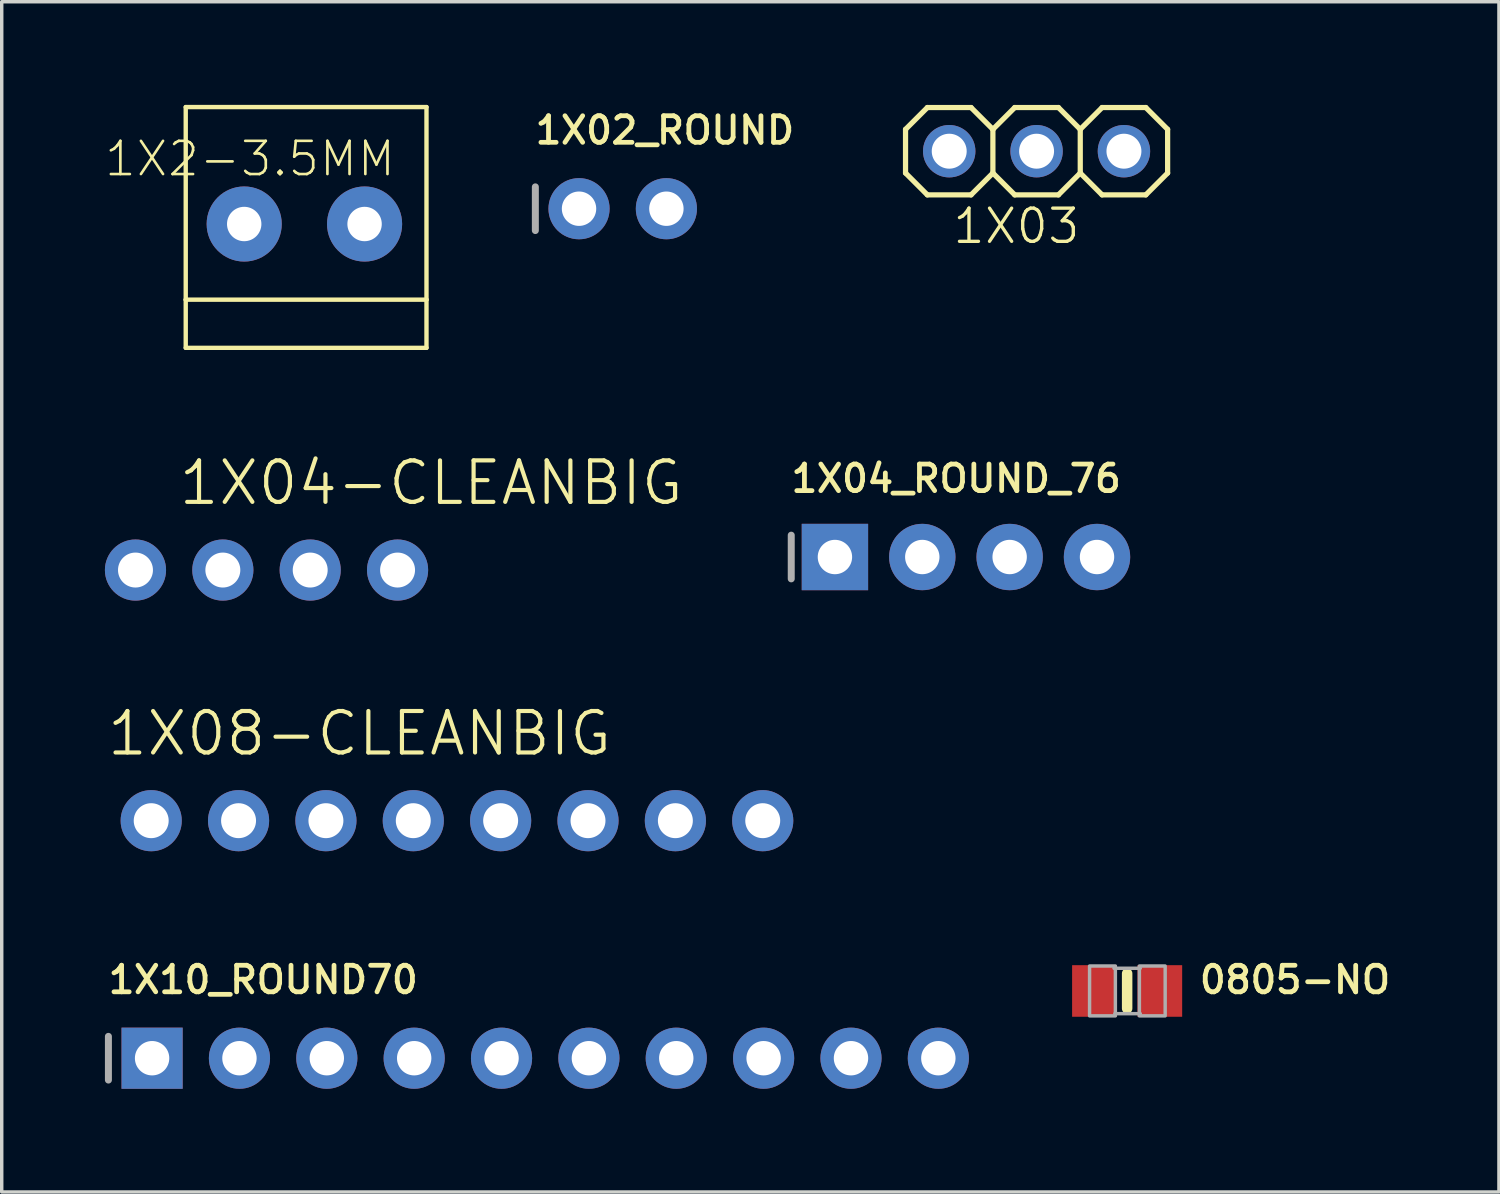
<source format=kicad_pcb>
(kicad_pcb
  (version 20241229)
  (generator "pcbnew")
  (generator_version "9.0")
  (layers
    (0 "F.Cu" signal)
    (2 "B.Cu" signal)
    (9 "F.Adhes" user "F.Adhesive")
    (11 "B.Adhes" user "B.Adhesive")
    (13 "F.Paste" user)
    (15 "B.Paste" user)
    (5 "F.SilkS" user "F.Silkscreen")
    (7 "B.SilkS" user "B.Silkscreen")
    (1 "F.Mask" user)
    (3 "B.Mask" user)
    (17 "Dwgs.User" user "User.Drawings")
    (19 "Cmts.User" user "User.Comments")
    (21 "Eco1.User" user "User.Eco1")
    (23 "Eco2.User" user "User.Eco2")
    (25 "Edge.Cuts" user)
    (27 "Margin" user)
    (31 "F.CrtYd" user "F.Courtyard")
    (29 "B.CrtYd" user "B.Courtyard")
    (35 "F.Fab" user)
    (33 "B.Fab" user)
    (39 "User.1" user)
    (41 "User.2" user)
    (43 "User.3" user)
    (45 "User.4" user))
  (footprint "1X08-CLEANBIG"
    (layer "F.Cu")
    (at 10.236 20.811)
    (property "Reference" "1X08-CLEANBIG" (at -10.236 -1.829 180) (layer "F.SilkS") (effects (font (size 1.206 1.206) (thickness 0.121)) (justify left bottom)))
    (attr through_hole)
    (fp_poly (pts (xy -9.144 0.254) (xy -8.636 0.254) (xy -8.636 -0.254) (xy -9.144 -0.254)) (stroke (width 0.1) (type solid)) (fill no) (layer "F.Fab"))
    (fp_poly (pts (xy -6.604 0.254) (xy -6.096 0.254) (xy -6.096 -0.254) (xy -6.604 -0.254)) (stroke (width 0.1) (type solid)) (fill no) (layer "F.Fab"))
    (fp_poly (pts (xy -4.064 0.254) (xy -3.556 0.254) (xy -3.556 -0.254) (xy -4.064 -0.254)) (stroke (width 0.1) (type solid)) (fill no) (layer "F.Fab"))
    (fp_poly (pts (xy -1.524 0.254) (xy -1.016 0.254) (xy -1.016 -0.254) (xy -1.524 -0.254)) (stroke (width 0.1) (type solid)) (fill no) (layer "F.Fab"))
    (fp_poly (pts (xy 1.016 0.254) (xy 1.524 0.254) (xy 1.524 -0.254) (xy 1.016 -0.254)) (stroke (width 0.1) (type solid)) (fill no) (layer "F.Fab"))
    (fp_poly (pts (xy 3.556 0.254) (xy 4.064 0.254) (xy 4.064 -0.254) (xy 3.556 -0.254)) (stroke (width 0.1) (type solid)) (fill no) (layer "F.Fab"))
    (fp_poly (pts (xy 6.096 0.254) (xy 6.604 0.254) (xy 6.604 -0.254) (xy 6.096 -0.254)) (stroke (width 0.1) (type solid)) (fill no) (layer "F.Fab"))
    (fp_poly (pts (xy 8.636 0.254) (xy 9.144 0.254) (xy 9.144 -0.254) (xy 8.636 -0.254)) (stroke (width 0.1) (type solid)) (fill no) (layer "F.Fab"))
    (pad "1" thru_hole circle (at -8.89 0 90) (size 1.778 1.778) (drill 1.016) (layers "*.Cu" "*.Mask"))
    (pad "2" thru_hole circle (at -6.35 0 90) (size 1.778 1.778) (drill 1.016) (layers "*.Cu" "*.Mask"))
    (pad "3" thru_hole circle (at -3.81 0 90) (size 1.778 1.778) (drill 1.016) (layers "*.Cu" "*.Mask"))
    (pad "4" thru_hole circle (at -1.27 0 90) (size 1.778 1.778) (drill 1.016) (layers "*.Cu" "*.Mask"))
    (pad "5" thru_hole circle (at 1.27 0 90) (size 1.778 1.778) (drill 1.016) (layers "*.Cu" "*.Mask"))
    (pad "6" thru_hole circle (at 3.81 0 90) (size 1.778 1.778) (drill 1.016) (layers "*.Cu" "*.Mask"))
    (pad "7" thru_hole circle (at 6.35 0 90) (size 1.778 1.778) (drill 1.016) (layers "*.Cu" "*.Mask"))
    (pad "8" thru_hole circle (at 8.89 0 90) (size 1.778 1.778) (drill 1.016) (layers "*.Cu" "*.Mask")))
  (footprint "0805-NO"
    (layer "F.Cu")
    (at 29.721 25.762)
    (property "Reference" "0805-NO" (at 2.032 0.127 180) (layer "F.SilkS") (effects (font (size 0.772 0.772) (thickness 0.139)) (justify left bottom)))
    (attr through_hole)
    (fp_line (start 0 -0.508) (end 0 0.508) (stroke (width 0.305) (type solid)) (layer "F.SilkS"))
    (fp_line (start -0.381 -0.66) (end 0.381 -0.66) (stroke (width 0.102) (type solid)) (layer "F.Fab"))
    (fp_line (start -0.356 0.66) (end 0.381 0.66) (stroke (width 0.102) (type solid)) (layer "F.Fab"))
    (fp_poly (pts (xy -1.092 0.724) (xy -0.342 0.724) (xy -0.342 -0.726) (xy -1.092 -0.726)) (stroke (width 0.1) (type solid)) (fill no) (layer "F.Fab"))
    (fp_poly (pts (xy 0.356 0.724) (xy 1.106 0.724) (xy 1.106 -0.726) (xy 0.356 -0.726)) (stroke (width 0.1) (type solid)) (fill no) (layer "F.Fab"))
    (pad "1" smd rect (at -0.95 0) (size 1.3 1.5) (layers "F.Cu" "F.Mask" "F.Paste"))
    (pad "2" smd rect (at 0.95 0) (size 1.3 1.5) (layers "F.Cu" "F.Mask" "F.Paste")))
  (footprint "1X04_ROUND_76"
    (layer "F.Cu")
    (at 25.035 13.145)
    (property "Reference" "1X04_ROUND_76" (at -5.156 -1.829 0) (layer "F.SilkS") (effects (font (size 0.772 0.772) (thickness 0.139)) (justify left bottom)))
    (attr through_hole)
    (fp_line (start -5.08 -0.635) (end -5.08 0.635) (stroke (width 0.203) (type solid)) (layer "F.Fab"))
    (fp_poly (pts (xy -4.064 0.254) (xy -3.556 0.254) (xy -3.556 -0.254) (xy -4.064 -0.254)) (stroke (width 0.1) (type solid)) (fill no) (layer "F.Fab"))
    (fp_poly (pts (xy -1.524 0.254) (xy -1.016 0.254) (xy -1.016 -0.254) (xy -1.524 -0.254)) (stroke (width 0.1) (type solid)) (fill no) (layer "F.Fab"))
    (fp_poly (pts (xy 1.016 0.254) (xy 1.524 0.254) (xy 1.524 -0.254) (xy 1.016 -0.254)) (stroke (width 0.1) (type solid)) (fill no) (layer "F.Fab"))
    (fp_poly (pts (xy 3.556 0.254) (xy 4.064 0.254) (xy 4.064 -0.254) (xy 3.556 -0.254)) (stroke (width 0.1) (type solid)) (fill no) (layer "F.Fab"))
    (pad "1" thru_hole rect (at -3.81 0 90) (size 1.93 1.93) (drill 1) (layers "*.Cu" "*.Mask"))
    (pad "2" thru_hole circle (at -1.27 0 90) (size 1.93 1.93) (drill 1) (layers "*.Cu" "*.Mask"))
    (pad "3" thru_hole circle (at 1.27 0 90) (size 1.93 1.93) (drill 1) (layers "*.Cu" "*.Mask"))
    (pad "4" thru_hole circle (at 3.81 0 90) (size 1.93 1.93) (drill 1) (layers "*.Cu" "*.Mask")))
  (footprint "1X04-CLEANBIG"
    (layer "F.Cu")
    (at 4.699 13.524)
    (property "Reference" "1X04-CLEANBIG" (at -2.616 -1.829 180) (layer "F.SilkS") (effects (font (size 1.206 1.206) (thickness 0.121)) (justify left bottom)))
    (attr through_hole)
    (fp_poly (pts (xy -4.064 0.254) (xy -3.556 0.254) (xy -3.556 -0.254) (xy -4.064 -0.254)) (stroke (width 0.1) (type solid)) (fill no) (layer "F.Fab"))
    (fp_poly (pts (xy -1.524 0.254) (xy -1.016 0.254) (xy -1.016 -0.254) (xy -1.524 -0.254)) (stroke (width 0.1) (type solid)) (fill no) (layer "F.Fab"))
    (fp_poly (pts (xy 1.016 0.254) (xy 1.524 0.254) (xy 1.524 -0.254) (xy 1.016 -0.254)) (stroke (width 0.1) (type solid)) (fill no) (layer "F.Fab"))
    (fp_poly (pts (xy 3.556 0.254) (xy 4.064 0.254) (xy 4.064 -0.254) (xy 3.556 -0.254)) (stroke (width 0.1) (type solid)) (fill no) (layer "F.Fab"))
    (pad "1" thru_hole circle (at -3.81 0 90) (size 1.778 1.778) (drill 1.016) (layers "*.Cu" "*.Mask"))
    (pad "2" thru_hole circle (at -1.27 0 90) (size 1.778 1.778) (drill 1.016) (layers "*.Cu" "*.Mask"))
    (pad "3" thru_hole circle (at 1.27 0 90) (size 1.778 1.778) (drill 1.016) (layers "*.Cu" "*.Mask"))
    (pad "4" thru_hole circle (at 3.81 0 90) (size 1.778 1.778) (drill 1.016) (layers "*.Cu" "*.Mask")))
  (footprint "1X03"
    (layer "F.Cu")
    (at 27.088 1.346)
    (property "Reference" "1X03" (at -2.489 2.743 0) (layer "F.SilkS") (effects (font (size 0.965 0.965) (thickness 0.097)) (justify left bottom)))
    (attr through_hole)
    (fp_line (start -3.81 -0.635) (end -3.81 0.635) (stroke (width 0.152) (type solid)) (layer "F.SilkS"))
    (fp_line (start -3.81 0.635) (end -3.175 1.27) (stroke (width 0.152) (type solid)) (layer "F.SilkS"))
    (fp_line (start -3.175 -1.27) (end -3.81 -0.635) (stroke (width 0.152) (type solid)) (layer "F.SilkS"))
    (fp_line (start -3.175 -1.27) (end -1.905 -1.27) (stroke (width 0.152) (type solid)) (layer "F.SilkS"))
    (fp_line (start -1.905 -1.27) (end -1.27 -0.635) (stroke (width 0.152) (type solid)) (layer "F.SilkS"))
    (fp_line (start -1.905 1.27) (end -3.175 1.27) (stroke (width 0.152) (type solid)) (layer "F.SilkS"))
    (fp_line (start -1.27 -0.635) (end -1.27 0.635) (stroke (width 0.152) (type solid)) (layer "F.SilkS"))
    (fp_line (start -1.27 -0.635) (end -0.635 -1.27) (stroke (width 0.152) (type solid)) (layer "F.SilkS"))
    (fp_line (start -1.27 0.635) (end -1.905 1.27) (stroke (width 0.152) (type solid)) (layer "F.SilkS"))
    (fp_line (start -0.635 -1.27) (end 0.635 -1.27) (stroke (width 0.152) (type solid)) (layer "F.SilkS"))
    (fp_line (start -0.635 1.27) (end -1.27 0.635) (stroke (width 0.152) (type solid)) (layer "F.SilkS"))
    (fp_line (start 0.635 -1.27) (end 1.27 -0.635) (stroke (width 0.152) (type solid)) (layer "F.SilkS"))
    (fp_line (start 0.635 1.27) (end -0.635 1.27) (stroke (width 0.152) (type solid)) (layer "F.SilkS"))
    (fp_line (start 1.27 -0.635) (end 1.27 0.635) (stroke (width 0.152) (type solid)) (layer "F.SilkS"))
    (fp_line (start 1.27 -0.635) (end 1.905 -1.27) (stroke (width 0.152) (type solid)) (layer "F.SilkS"))
    (fp_line (start 1.27 0.635) (end 0.635 1.27) (stroke (width 0.152) (type solid)) (layer "F.SilkS"))
    (fp_line (start 1.905 -1.27) (end 3.175 -1.27) (stroke (width 0.152) (type solid)) (layer "F.SilkS"))
    (fp_line (start 1.905 1.27) (end 1.27 0.635) (stroke (width 0.152) (type solid)) (layer "F.SilkS"))
    (fp_line (start 3.175 -1.27) (end 3.81 -0.635) (stroke (width 0.152) (type solid)) (layer "F.SilkS"))
    (fp_line (start 3.175 1.27) (end 1.905 1.27) (stroke (width 0.152) (type solid)) (layer "F.SilkS"))
    (fp_line (start 3.81 -0.635) (end 3.81 0.635) (stroke (width 0.152) (type solid)) (layer "F.SilkS"))
    (fp_line (start 3.81 0.635) (end 3.175 1.27) (stroke (width 0.152) (type solid)) (layer "F.SilkS"))
    (fp_poly (pts (xy -2.794 0.254) (xy -2.286 0.254) (xy -2.286 -0.254) (xy -2.794 -0.254)) (stroke (width 0.1) (type solid)) (fill no) (layer "F.Fab"))
    (fp_poly (pts (xy -0.254 0.254) (xy 0.254 0.254) (xy 0.254 -0.254) (xy -0.254 -0.254)) (stroke (width 0.1) (type solid)) (fill no) (layer "F.Fab"))
    (fp_poly (pts (xy 2.286 0.254) (xy 2.794 0.254) (xy 2.794 -0.254) (xy 2.286 -0.254)) (stroke (width 0.1) (type solid)) (fill no) (layer "F.Fab"))
    (pad "1" thru_hole circle (at -2.54 0 90) (size 1.524 1.524) (drill 1.016) (layers "*.Cu" "*.Mask"))
    (pad "2" thru_hole circle (at 0 0 90) (size 1.524 1.524) (drill 1.016) (layers "*.Cu" "*.Mask"))
    (pad "3" thru_hole circle (at 2.54 0 90) (size 1.524 1.524) (drill 1.016) (layers "*.Cu" "*.Mask")))
  (footprint "1X2-3.5MM"
    (layer "F.Cu")
    (at 5.75 3.463)
    (property "Reference" "1X2-3.5MM" (at 2.746 -2.46 180) (layer "F.SilkS") (effects (font (size 0.965 0.965) (thickness 0.077)) (justify right top)))
    (attr through_hole)
    (fp_line (start -3.4 -3.4) (end -3.4 2.2) (stroke (width 0.127) (type solid)) (layer "F.SilkS"))
    (fp_line (start -3.4 2.2) (end -3.4 3.6) (stroke (width 0.127) (type solid)) (layer "F.SilkS"))
    (fp_line (start -3.4 2.2) (end 3.6 2.2) (stroke (width 0.127) (type solid)) (layer "F.SilkS"))
    (fp_line (start -3.4 3.6) (end 3.6 3.6) (stroke (width 0.127) (type solid)) (layer "F.SilkS"))
    (fp_line (start 3.6 -3.4) (end -3.4 -3.4) (stroke (width 0.127) (type solid)) (layer "F.SilkS"))
    (fp_line (start 3.6 2.2) (end 3.6 -3.4) (stroke (width 0.127) (type solid)) (layer "F.SilkS"))
    (fp_line (start 3.6 3.6) (end 3.6 2.2) (stroke (width 0.127) (type solid)) (layer "F.SilkS"))
    (pad "1" thru_hole circle (at 1.8 0) (size 2.184 2.184) (drill 1) (layers "*.Cu" "*.Mask"))
    (pad "2" thru_hole circle (at -1.7 0) (size 2.184 2.184) (drill 1) (layers "*.Cu" "*.Mask")))
  (footprint "1X02_ROUND"
    (layer "F.Cu")
    (at 15.055 3.018)
    (property "Reference" "1X02_ROUND" (at -2.616 -1.829 180) (layer "F.SilkS") (effects (font (size 0.772 0.772) (thickness 0.139)) (justify left bottom)))
    (attr through_hole)
    (fp_line (start -2.54 -0.635) (end -2.54 0.635) (stroke (width 0.203) (type solid)) (layer "F.Fab"))
    (fp_poly (pts (xy -1.524 0.254) (xy -1.016 0.254) (xy -1.016 -0.254) (xy -1.524 -0.254)) (stroke (width 0.1) (type solid)) (fill no) (layer "F.Fab"))
    (fp_poly (pts (xy 1.016 0.254) (xy 1.524 0.254) (xy 1.524 -0.254) (xy 1.016 -0.254)) (stroke (width 0.1) (type solid)) (fill no) (layer "F.Fab"))
    (pad "1" thru_hole circle (at -1.27 0 90) (size 1.778 1.778) (drill 1) (layers "*.Cu" "*.Mask"))
    (pad "2" thru_hole circle (at 1.27 0 90) (size 1.778 1.778) (drill 1) (layers "*.Cu" "*.Mask")))
  (footprint "1X10_ROUND70"
    (layer "F.Cu")
    (at 12.802 27.717)
    (property "Reference" "1X10_ROUND70" (at -12.776 -1.829 0) (layer "F.SilkS") (effects (font (size 0.772 0.772) (thickness 0.139)) (justify left bottom)))
    (attr through_hole)
    (fp_line (start -12.7 -0.635) (end -12.7 0.635) (stroke (width 0.203) (type solid)) (layer "F.Fab"))
    (fp_poly (pts (xy -11.684 0.254) (xy -11.176 0.254) (xy -11.176 -0.254) (xy -11.684 -0.254)) (stroke (width 0.1) (type solid)) (fill no) (layer "F.Fab"))
    (fp_poly (pts (xy -9.144 0.254) (xy -8.636 0.254) (xy -8.636 -0.254) (xy -9.144 -0.254)) (stroke (width 0.1) (type solid)) (fill no) (layer "F.Fab"))
    (fp_poly (pts (xy -6.604 0.254) (xy -6.096 0.254) (xy -6.096 -0.254) (xy -6.604 -0.254)) (stroke (width 0.1) (type solid)) (fill no) (layer "F.Fab"))
    (fp_poly (pts (xy -4.064 0.254) (xy -3.556 0.254) (xy -3.556 -0.254) (xy -4.064 -0.254)) (stroke (width 0.1) (type solid)) (fill no) (layer "F.Fab"))
    (fp_poly (pts (xy -1.524 0.254) (xy -1.016 0.254) (xy -1.016 -0.254) (xy -1.524 -0.254)) (stroke (width 0.1) (type solid)) (fill no) (layer "F.Fab"))
    (fp_poly (pts (xy 1.016 0.254) (xy 1.524 0.254) (xy 1.524 -0.254) (xy 1.016 -0.254)) (stroke (width 0.1) (type solid)) (fill no) (layer "F.Fab"))
    (fp_poly (pts (xy 3.556 0.254) (xy 4.064 0.254) (xy 4.064 -0.254) (xy 3.556 -0.254)) (stroke (width 0.1) (type solid)) (fill no) (layer "F.Fab"))
    (fp_poly (pts (xy 6.096 0.254) (xy 6.604 0.254) (xy 6.604 -0.254) (xy 6.096 -0.254)) (stroke (width 0.1) (type solid)) (fill no) (layer "F.Fab"))
    (fp_poly (pts (xy 8.636 0.254) (xy 9.144 0.254) (xy 9.144 -0.254) (xy 8.636 -0.254)) (stroke (width 0.1) (type solid)) (fill no) (layer "F.Fab"))
    (fp_poly (pts (xy 11.176 0.254) (xy 11.684 0.254) (xy 11.684 -0.254) (xy 11.176 -0.254)) (stroke (width 0.1) (type solid)) (fill no) (layer "F.Fab"))
    (pad "1" thru_hole rect (at -11.43 0 90) (size 1.778 1.778) (drill 1) (layers "*.Cu" "*.Mask"))
    (pad "2" thru_hole circle (at -8.89 0 90) (size 1.778 1.778) (drill 1) (layers "*.Cu" "*.Mask"))
    (pad "3" thru_hole circle (at -6.35 0 90) (size 1.778 1.778) (drill 1) (layers "*.Cu" "*.Mask"))
    (pad "4" thru_hole circle (at -3.81 0 90) (size 1.778 1.778) (drill 1) (layers "*.Cu" "*.Mask"))
    (pad "5" thru_hole circle (at -1.27 0 90) (size 1.778 1.778) (drill 1) (layers "*.Cu" "*.Mask"))
    (pad "6" thru_hole circle (at 1.27 0 90) (size 1.778 1.778) (drill 1) (layers "*.Cu" "*.Mask"))
    (pad "7" thru_hole circle (at 3.81 0 90) (size 1.778 1.778) (drill 1) (layers "*.Cu" "*.Mask"))
    (pad "8" thru_hole circle (at 6.35 0 90) (size 1.778 1.778) (drill 1) (layers "*.Cu" "*.Mask"))
    (pad "9" thru_hole circle (at 8.89 0 90) (size 1.778 1.778) (drill 1) (layers "*.Cu" "*.Mask"))
    (pad "10" thru_hole circle (at 11.43 0 90) (size 1.778 1.778) (drill 1) (layers "*.Cu" "*.Mask")))
  (gr_rect
    (start -3 -3)
    (end 40.531 31.606)
    (stroke (width 0.1) (type default))
    (fill no)
    (layer "Edge.Cuts")))
</source>
